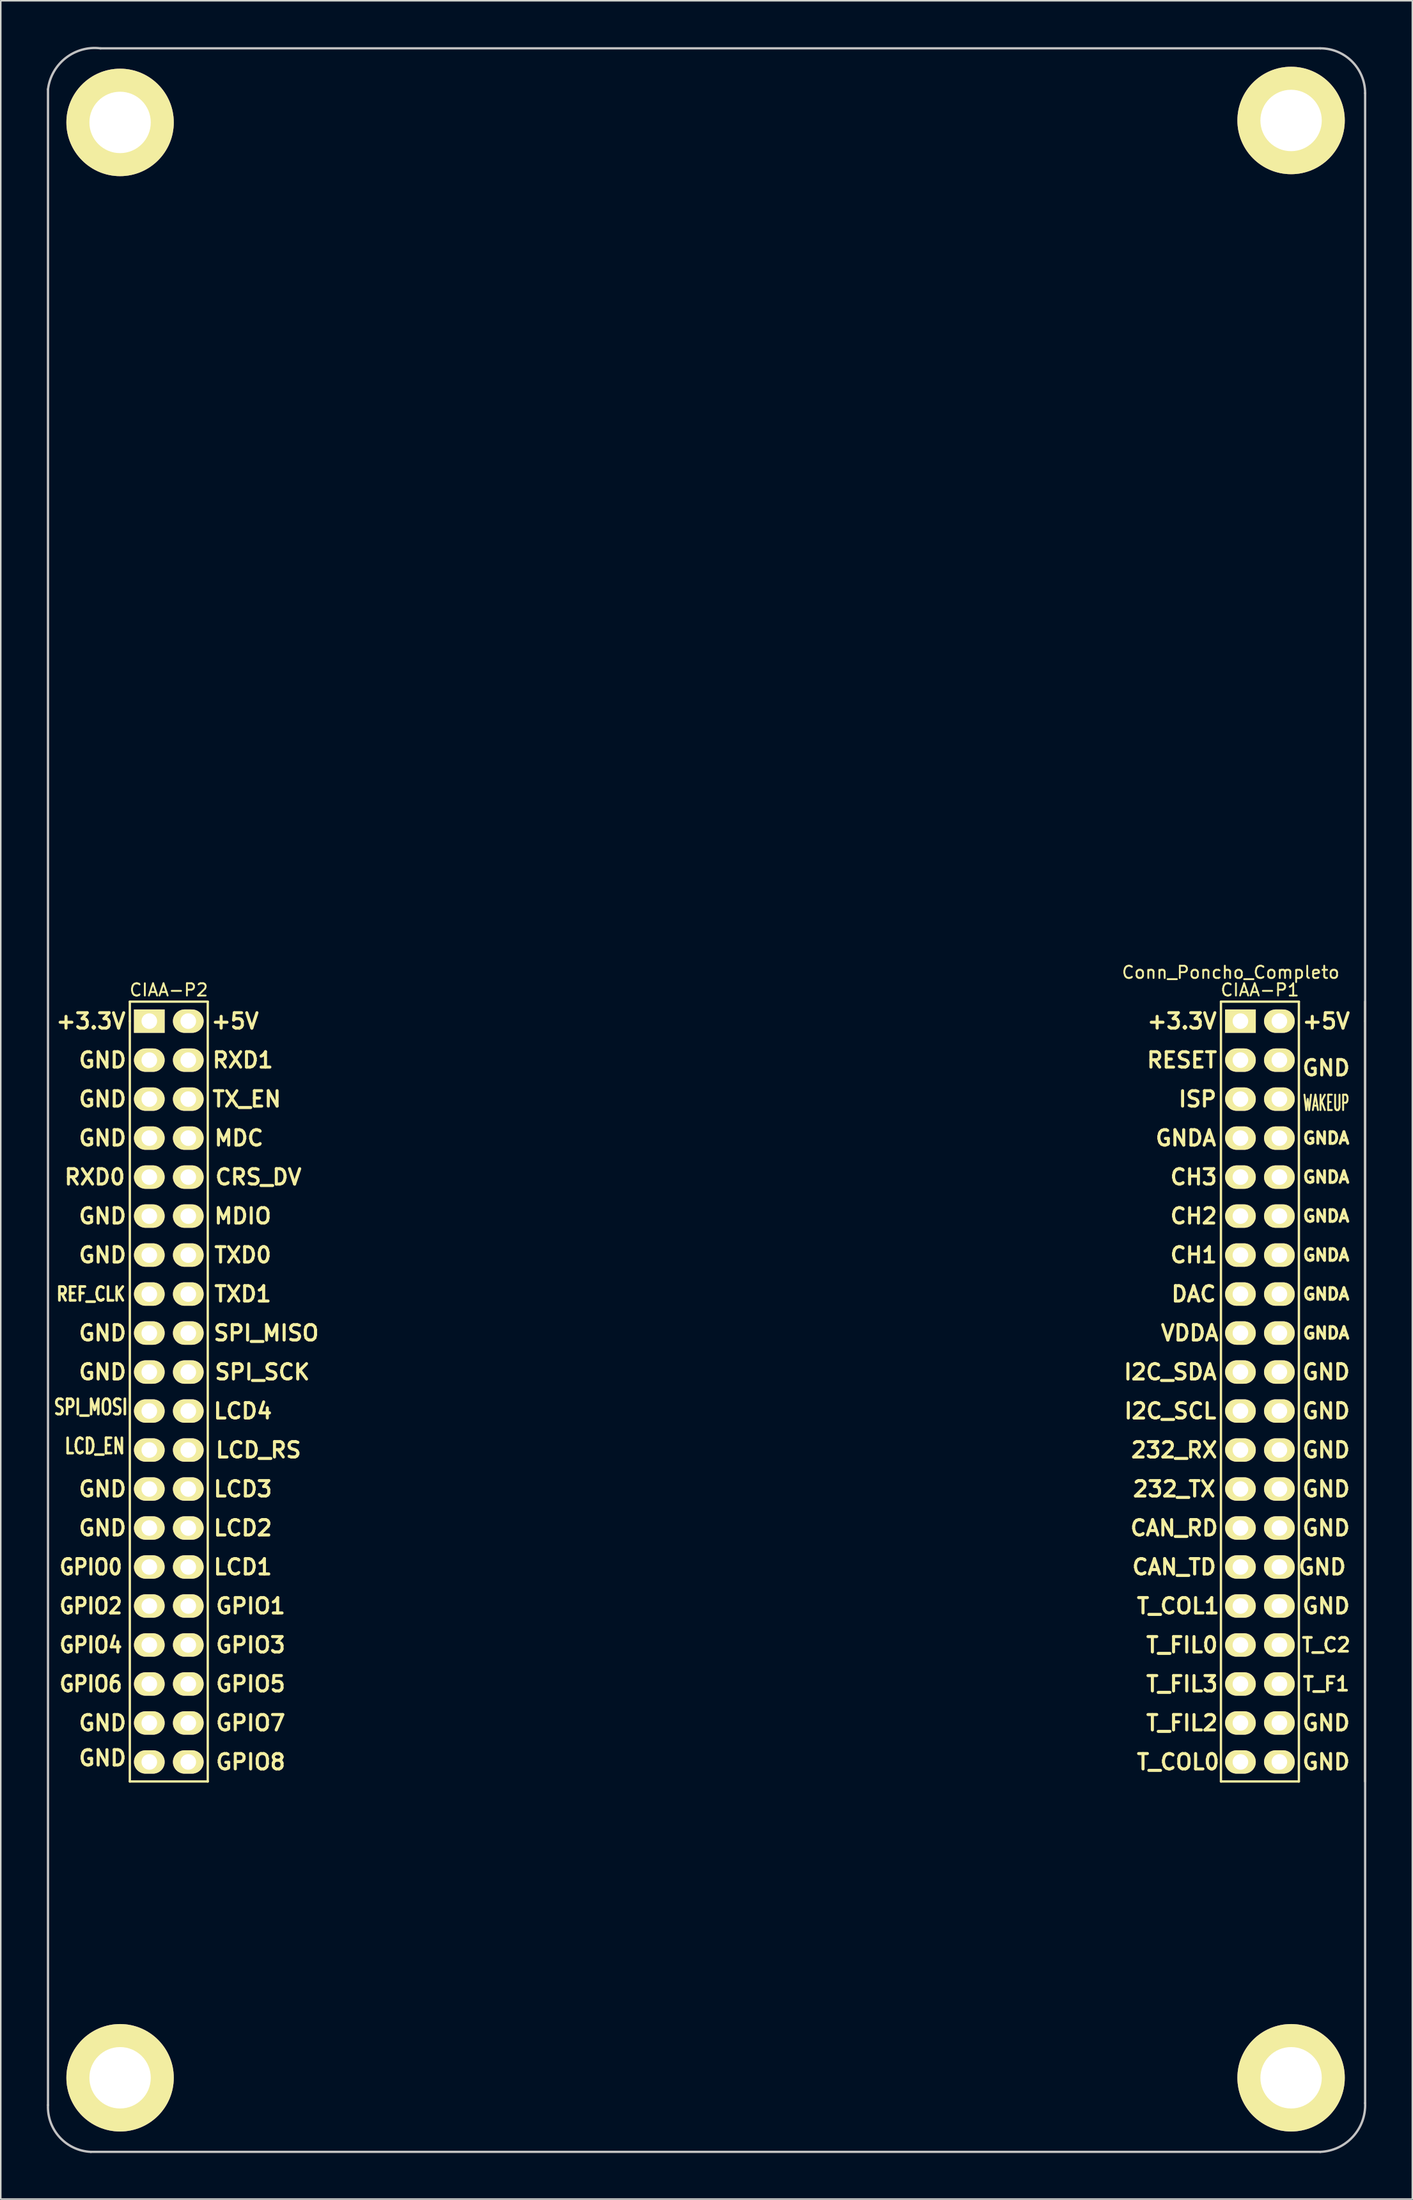
<source format=kicad_pcb>
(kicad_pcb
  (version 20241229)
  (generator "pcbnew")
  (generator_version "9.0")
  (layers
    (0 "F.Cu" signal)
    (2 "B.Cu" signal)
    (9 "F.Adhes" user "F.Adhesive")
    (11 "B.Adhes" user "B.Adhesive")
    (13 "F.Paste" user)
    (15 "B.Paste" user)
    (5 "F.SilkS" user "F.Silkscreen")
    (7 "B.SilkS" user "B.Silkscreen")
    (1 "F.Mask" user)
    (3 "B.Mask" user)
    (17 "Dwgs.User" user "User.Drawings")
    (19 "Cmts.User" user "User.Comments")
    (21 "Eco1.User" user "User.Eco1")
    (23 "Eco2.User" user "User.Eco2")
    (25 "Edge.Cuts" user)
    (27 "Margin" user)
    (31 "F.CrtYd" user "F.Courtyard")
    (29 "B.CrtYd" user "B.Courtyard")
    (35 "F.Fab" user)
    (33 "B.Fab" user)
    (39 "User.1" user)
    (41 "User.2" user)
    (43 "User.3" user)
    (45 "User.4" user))
  (footprint "Conn_Poncho_Completo"
    (layer "F.Cu")
    (at 77.802 63.472)
    (property "Reference" "Conn_Poncho_Completo" (at -0.635 -3.175 0) (layer "F.SilkS") (effects (font (size 0.8 0.8) (thickness 0.12))))
    (attr through_hole)
    (fp_line (start -72.39 -1.27) (end -67.31 -1.27) (stroke (width 0.15) (type solid)) (layer "F.SilkS"))
    (fp_line (start -72.39 0) (end -72.39 -1.27) (stroke (width 0.15) (type solid)) (layer "F.SilkS"))
    (fp_line (start -72.39 49.53) (end -72.39 0) (stroke (width 0.15) (type solid)) (layer "F.SilkS"))
    (fp_line (start -67.31 -1.27) (end -67.31 49.53) (stroke (width 0.15) (type solid)) (layer "F.SilkS"))
    (fp_line (start -67.31 49.53) (end -72.39 49.53) (stroke (width 0.15) (type solid)) (layer "F.SilkS"))
    (fp_line (start -1.27 49.53) (end -1.27 -1.27) (stroke (width 0.15) (type solid)) (layer "F.SilkS"))
    (fp_line (start 3.81 -1.27) (end -1.27 -1.27) (stroke (width 0.15) (type solid)) (layer "F.SilkS"))
    (fp_line (start 3.81 49.53) (end -1.27 49.53) (stroke (width 0.15) (type solid)) (layer "F.SilkS"))
    (fp_line (start 3.81 49.53) (end 3.81 -1.27) (stroke (width 0.15) (type solid)) (layer "F.SilkS"))
    (fp_line (start 8.128 0) (end 8.128 -1.27) (stroke (width 0.15) (type solid)) (layer "F.SilkS"))
    (fp_line (start 8.128 0) (end 8.128 49.53) (stroke (width 0.15) (type solid)) (layer "F.SilkS"))
    (fp_line (start -77.724 70.612) (end -77.724 -60.706) (stroke (width 0.15) (type solid)) (layer "Dwgs.User"))
    (fp_line (start -74.295 -63.373) (end 5.207 -63.373) (stroke (width 0.15) (type solid)) (layer "Dwgs.User"))
    (fp_line (start 5.207 73.66) (end -74.93 73.66) (stroke (width 0.15) (type solid)) (layer "Dwgs.User"))
    (fp_line (start 8.128 -60.452) (end 8.128 70.485) (stroke (width 0.15) (type solid)) (layer "Dwgs.User"))
    (fp_arc (start -77.724 -60.706) (mid -76.561854 -62.749669) (end -74.295 -63.373) (stroke (width 0.15) (type solid)) (layer "Dwgs.User"))
    (fp_arc (start -74.93 73.66) (mid -76.958261 72.714656) (end -77.724 70.612) (stroke (width 0.15) (type solid)) (layer "Dwgs.User"))
    (fp_arc (start 5.207 -63.373) (mid 7.272459 -62.517459) (end 8.128 -60.452) (stroke (width 0.15) (type solid)) (layer "Dwgs.User"))
    (fp_arc (start 8.128 70.485) (mid 7.325064 72.677459) (end 5.207 73.66) (stroke (width 0.15) (type solid)) (layer "Dwgs.User"))
    (fp_text user "CH2" (at -3.048 12.7 0) (layer "F.SilkS") (effects (font (size 1 1) (thickness 0.2))))
    (fp_text user "T_F1" (at 5.588 43.18 0) (layer "F.SilkS") (effects (font (size 0.9 0.9) (thickness 0.18))))
    (fp_text user "+5V" (at -65.532 0 0) (layer "F.SilkS") (effects (font (size 1 1) (thickness 0.2))))
    (fp_text user "LCD1" (at -65.024 35.56 0) (layer "F.SilkS") (effects (font (size 1 1) (thickness 0.2))))
    (fp_text user "GND" (at -74.168 7.62 0) (layer "F.SilkS") (effects (font (size 1 1) (thickness 0.2))))
    (fp_text user "GNDA" (at 5.588 12.7 0) (layer "F.SilkS") (effects (font (size 0.76 0.76) (thickness 0.19))))
    (fp_text user "GPIO0" (at -74.93 35.56 0) (layer "F.SilkS") (effects (font (size 1 0.9) (thickness 0.2))))
    (fp_text user "T_COL1" (at -4.064 38.1 0) (layer "F.SilkS") (effects (font (size 1 1) (thickness 0.2))))
    (fp_text user "232_TX" (at -4.318 30.48 0) (layer "F.SilkS") (effects (font (size 1 1) (thickness 0.2))))
    (fp_text user "T_C2" (at 5.588 40.64 0) (layer "F.SilkS") (effects (font (size 0.9 0.9) (thickness 0.18))))
    (fp_text user "GNDA" (at 5.588 15.24 0) (layer "F.SilkS") (effects (font (size 0.76 0.76) (thickness 0.19))))
    (fp_text user "LCD_EN" (at -74.676 27.686 0) (layer "F.SilkS") (effects (font (size 1 0.7) (thickness 0.17))))
    (fp_text user "GND" (at -74.168 12.7 0) (layer "F.SilkS") (effects (font (size 1 1) (thickness 0.2))))
    (fp_text user "GND" (at 5.588 3.048 0) (layer "F.SilkS") (effects (font (size 1 1) (thickness 0.2))))
    (fp_text user "GND" (at 5.334 35.56 0) (layer "F.SilkS") (effects (font (size 1 1) (thickness 0.2))))
    (fp_text user "GND" (at -74.168 30.48 0) (layer "F.SilkS") (effects (font (size 1 1) (thickness 0.2))))
    (fp_text user "GND" (at 5.588 45.72 0) (layer "F.SilkS") (effects (font (size 1 1) (thickness 0.2))))
    (fp_text user "RESET" (at -3.81 2.54 0) (layer "F.SilkS") (effects (font (size 1 1) (thickness 0.2))))
    (fp_text user "CIAA-P1" (at 1.27 -2.032 0) (layer "F.SilkS") (effects (font (size 0.8 0.8) (thickness 0.12))))
    (fp_text user "TX_EN" (at -64.77 5.08 0) (layer "F.SilkS") (effects (font (size 1 1) (thickness 0.2))))
    (fp_text user "GND" (at 5.588 30.48 0) (layer "F.SilkS") (effects (font (size 1 1) (thickness 0.2))))
    (fp_text user "+5V" (at 5.588 0 0) (layer "F.SilkS") (effects (font (size 1 1) (thickness 0.2))))
    (fp_text user "SPI_MISO" (at -63.5 20.32 0) (layer "F.SilkS") (effects (font (size 1 1) (thickness 0.2))))
    (fp_text user "T_FIL2" (at -3.81 45.72 0) (layer "F.SilkS") (effects (font (size 1 1) (thickness 0.2))))
    (fp_text user "GNDA" (at 5.588 10.16 0) (layer "F.SilkS") (effects (font (size 0.76 0.76) (thickness 0.19))))
    (fp_text user "GND" (at -74.168 22.86 0) (layer "F.SilkS") (effects (font (size 1 1) (thickness 0.2))))
    (fp_text user "LCD2" (at -65.024 33.02 0) (layer "F.SilkS") (effects (font (size 1 1) (thickness 0.2))))
    (fp_text user "GNDA" (at -3.556 7.62 0) (layer "F.SilkS") (effects (font (size 1 1) (thickness 0.2))))
    (fp_text user "GPIO5" (at -64.516 43.18 0) (layer "F.SilkS") (effects (font (size 1 1) (thickness 0.2))))
    (fp_text user "LCD3" (at -65.024 30.48 0) (layer "F.SilkS") (effects (font (size 1 1) (thickness 0.2))))
    (fp_text user "GND" (at -74.168 45.72 0) (layer "F.SilkS") (effects (font (size 1 1) (thickness 0.2))))
    (fp_text user "REF_CLK" (at -74.93 17.78 0) (layer "F.SilkS") (effects (font (size 0.9 0.7) (thickness 0.175))))
    (fp_text user "RXD1" (at -65.024 2.54 0) (layer "F.SilkS") (effects (font (size 1 1) (thickness 0.2))))
    (fp_text user "GND" (at -74.168 2.54 0) (layer "F.SilkS") (effects (font (size 1 1) (thickness 0.2))))
    (fp_text user "TXD0" (at -65.024 15.24 0) (layer "F.SilkS") (effects (font (size 1 1) (thickness 0.2))))
    (fp_text user "RXD0" (at -74.676 10.16 0) (layer "F.SilkS") (effects (font (size 1 1) (thickness 0.2))))
    (fp_text user "MDC" (at -65.278 7.62 0) (layer "F.SilkS") (effects (font (size 1 1) (thickness 0.2))))
    (fp_text user "WAKEUP" (at 5.588 5.334 0) (layer "F.SilkS") (effects (font (size 1 0.5) (thickness 0.125))))
    (fp_text user "GND" (at -74.168 20.32 0) (layer "F.SilkS") (effects (font (size 1 1) (thickness 0.2))))
    (fp_text user "GND" (at 5.588 27.94 0) (layer "F.SilkS") (effects (font (size 1 1) (thickness 0.2))))
    (fp_text user "T_COL0" (at -4.064 48.26 0) (layer "F.SilkS") (effects (font (size 1 1) (thickness 0.2))))
    (fp_text user "DAC" (at -3.048 17.78 0) (layer "F.SilkS") (effects (font (size 1 1) (thickness 0.2))))
    (fp_text user "I2C_SDA" (at -4.572 22.86 0) (layer "F.SilkS") (effects (font (size 1 1) (thickness 0.2))))
    (fp_text user "LCD_RS" (at -64.008 27.94 0) (layer "F.SilkS") (effects (font (size 1 1) (thickness 0.2))))
    (fp_text user "CH3" (at -3.048 10.16 0) (layer "F.SilkS") (effects (font (size 1 1) (thickness 0.2))))
    (fp_text user "GND" (at 5.588 38.1 0) (layer "F.SilkS") (effects (font (size 1 1) (thickness 0.2))))
    (fp_text user "CRS_DV" (at -64.008 10.16 0) (layer "F.SilkS") (effects (font (size 1 1) (thickness 0.2))))
    (fp_text user "VDDA" (at -3.302 20.32 0) (layer "F.SilkS") (effects (font (size 1 1) (thickness 0.2))))
    (fp_text user "GPIO3" (at -64.516 40.64 0) (layer "F.SilkS") (effects (font (size 1 1) (thickness 0.2))))
    (fp_text user "CAN_RD" (at -4.318 33.02 0) (layer "F.SilkS") (effects (font (size 1 1) (thickness 0.2))))
    (fp_text user "SPI_SCK" (at -63.754 22.86 0) (layer "F.SilkS") (effects (font (size 1 1) (thickness 0.2))))
    (fp_text user "GND" (at 5.588 33.02 0) (layer "F.SilkS") (effects (font (size 1 1) (thickness 0.2))))
    (fp_text user "+3.3V" (at -3.81 0 0) (layer "F.SilkS") (effects (font (size 1 1) (thickness 0.2))))
    (fp_text user "GPIO7" (at -64.516 45.72 0) (layer "F.SilkS") (effects (font (size 1 1) (thickness 0.2))))
    (fp_text user "ISP" (at -2.794 5.08 0) (layer "F.SilkS") (effects (font (size 1 1) (thickness 0.2))))
    (fp_text user "GND" (at 5.588 48.26 0) (layer "F.SilkS") (effects (font (size 1 1) (thickness 0.2))))
    (fp_text user "GND" (at -74.168 33.02 0) (layer "F.SilkS") (effects (font (size 1 1) (thickness 0.2))))
    (fp_text user "GPIO2" (at -74.93 38.1 0) (layer "F.SilkS") (effects (font (size 1 0.9) (thickness 0.2))))
    (fp_text user "MDIO" (at -65.024 12.7 0) (layer "F.SilkS") (effects (font (size 1 1) (thickness 0.2))))
    (fp_text user "CH1" (at -3.048 15.24 0) (layer "F.SilkS") (effects (font (size 1 1) (thickness 0.2))))
    (fp_text user "232_RX" (at -4.318 27.94 0) (layer "F.SilkS") (effects (font (size 1 1) (thickness 0.2))))
    (fp_text user "GPIO8" (at -64.516 48.26 0) (layer "F.SilkS") (effects (font (size 1 1) (thickness 0.2))))
    (fp_text user "GPIO4" (at -74.93 40.64 0) (layer "F.SilkS") (effects (font (size 1 0.9) (thickness 0.2))))
    (fp_text user "GNDA" (at 5.588 7.62 0) (layer "F.SilkS") (effects (font (size 0.76 0.76) (thickness 0.19))))
    (fp_text user "GND" (at -74.168 5.08 0) (layer "F.SilkS") (effects (font (size 1 1) (thickness 0.2))))
    (fp_text user "GNDA" (at 5.588 17.78 0) (layer "F.SilkS") (effects (font (size 0.76 0.76) (thickness 0.19))))
    (fp_text user "GPIO6" (at -74.93 43.18 0) (layer "F.SilkS") (effects (font (size 1 0.9) (thickness 0.2))))
    (fp_text user "T_FIL0" (at -3.81 40.64 0) (layer "F.SilkS") (effects (font (size 1 1) (thickness 0.2))))
    (fp_text user "+3.3V" (at -74.93 0 0) (layer "F.SilkS") (effects (font (size 1 1) (thickness 0.2))))
    (fp_text user "GND" (at -74.168 15.24 0) (layer "F.SilkS") (effects (font (size 1 1) (thickness 0.2))))
    (fp_text user "T_FIL3" (at -3.81 43.18 0) (layer "F.SilkS") (effects (font (size 1 1) (thickness 0.2))))
    (fp_text user "SPI_MOSI" (at -74.93 25.146 0) (layer "F.SilkS") (effects (font (size 1 0.7) (thickness 0.17))))
    (fp_text user "GND" (at 5.588 22.86 0) (layer "F.SilkS") (effects (font (size 1 1) (thickness 0.2))))
    (fp_text user "I2C_SCL" (at -4.572 25.4 0) (layer "F.SilkS") (effects (font (size 1 1) (thickness 0.2))))
    (fp_text user "GND" (at 5.588 25.4 0) (layer "F.SilkS") (effects (font (size 1 1) (thickness 0.2))))
    (fp_text user "GND" (at -74.168 48.006 0) (layer "F.SilkS") (effects (font (size 1 1) (thickness 0.2))))
    (fp_text user "TXD1" (at -65.024 17.78 0) (layer "F.SilkS") (effects (font (size 1 1) (thickness 0.2))))
    (fp_text user "GNDA" (at 5.588 20.32 0) (layer "F.SilkS") (effects (font (size 0.76 0.76) (thickness 0.19))))
    (fp_text user "CAN_TD" (at -4.318 35.56 0) (layer "F.SilkS") (effects (font (size 1 1) (thickness 0.2))))
    (fp_text user "LCD4" (at -65.024 25.4 0) (layer "F.SilkS") (effects (font (size 1 1) (thickness 0.2))))
    (fp_text user "GPIO1" (at -64.516 38.1 0) (layer "F.SilkS") (effects (font (size 1 1) (thickness 0.2))))
    (fp_text user "CIAA-P2" (at -69.85 -2.032 0) (layer "F.SilkS") (effects (font (size 0.8 0.8) (thickness 0.12))))
    (pad "1" thru_hole rect (at 0 0 270) (size 1.524 2) (drill 1.016) (layers "*.Cu" "*.Mask" "F.SilkS"))
    (pad "2" thru_hole oval (at 2.54 0 270) (size 1.524 2) (drill 1.016) (layers "*.Cu" "*.Mask" "F.SilkS"))
    (pad "3" thru_hole oval (at 0 2.54 270) (size 1.524 2) (drill 1.016) (layers "*.Cu" "*.Mask" "F.SilkS"))
    (pad "4" thru_hole oval (at 2.54 2.54 270) (size 1.524 2) (drill 1.016) (layers "*.Cu" "*.Mask" "F.SilkS"))
    (pad "5" thru_hole oval (at 0 5.08 270) (size 1.524 2) (drill 1.016) (layers "*.Cu" "*.Mask" "F.SilkS"))
    (pad "6" thru_hole oval (at 2.54 5.08 270) (size 1.524 2) (drill 1.016) (layers "*.Cu" "*.Mask" "F.SilkS"))
    (pad "7" thru_hole oval (at 0 7.62 270) (size 1.524 2) (drill 1.016) (layers "*.Cu" "*.Mask" "F.SilkS"))
    (pad "8" thru_hole oval (at 2.54 7.62 270) (size 1.524 2) (drill 1.016) (layers "*.Cu" "*.Mask" "F.SilkS"))
    (pad "9" thru_hole oval (at 0 10.16 270) (size 1.524 2) (drill 1.016) (layers "*.Cu" "*.Mask" "F.SilkS"))
    (pad "10" thru_hole oval (at 2.54 10.16 270) (size 1.524 2) (drill 1.016) (layers "*.Cu" "*.Mask" "F.SilkS"))
    (pad "11" thru_hole oval (at 0 12.7 270) (size 1.524 2) (drill 1.016) (layers "*.Cu" "*.Mask" "F.SilkS"))
    (pad "12" thru_hole oval (at 2.54 12.7 270) (size 1.524 2) (drill 1.016) (layers "*.Cu" "*.Mask" "F.SilkS"))
    (pad "13" thru_hole oval (at 0 15.24 270) (size 1.524 2) (drill 1.016) (layers "*.Cu" "*.Mask" "F.SilkS"))
    (pad "14" thru_hole oval (at 2.54 15.24 270) (size 1.524 2) (drill 1.016) (layers "*.Cu" "*.Mask" "F.SilkS"))
    (pad "15" thru_hole oval (at 0 17.78 270) (size 1.524 2) (drill 1.016) (layers "*.Cu" "*.Mask" "F.SilkS"))
    (pad "16" thru_hole oval (at 2.54 17.78 270) (size 1.524 2) (drill 1.016) (layers "*.Cu" "*.Mask" "F.SilkS"))
    (pad "17" thru_hole oval (at 0 20.32 270) (size 1.524 2) (drill 1.016) (layers "*.Cu" "*.Mask" "F.SilkS"))
    (pad "18" thru_hole oval (at 2.54 20.32 270) (size 1.524 2) (drill 1.016) (layers "*.Cu" "*.Mask" "F.SilkS"))
    (pad "19" thru_hole oval (at 0 22.86 270) (size 1.524 2) (drill 1.016) (layers "*.Cu" "*.Mask" "F.SilkS"))
    (pad "20" thru_hole oval (at 2.54 22.86 270) (size 1.524 2) (drill 1.016) (layers "*.Cu" "*.Mask" "F.SilkS"))
    (pad "21" thru_hole oval (at 0 25.4 270) (size 1.524 2) (drill 1.016) (layers "*.Cu" "*.Mask" "F.SilkS"))
    (pad "22" thru_hole oval (at 2.54 25.4 270) (size 1.524 2) (drill 1.016) (layers "*.Cu" "*.Mask" "F.SilkS"))
    (pad "23" thru_hole oval (at 0 27.94 270) (size 1.524 2) (drill 1.016) (layers "*.Cu" "*.Mask" "F.SilkS"))
    (pad "24" thru_hole oval (at 2.54 27.94 270) (size 1.524 2) (drill 1.016) (layers "*.Cu" "*.Mask" "F.SilkS"))
    (pad "25" thru_hole oval (at 0 30.48 270) (size 1.524 2) (drill 1.016) (layers "*.Cu" "*.Mask" "F.SilkS"))
    (pad "26" thru_hole oval (at 2.54 30.48 270) (size 1.524 2) (drill 1.016) (layers "*.Cu" "*.Mask" "F.SilkS"))
    (pad "27" thru_hole oval (at 0 33.02 270) (size 1.524 2) (drill 1.016) (layers "*.Cu" "*.Mask" "F.SilkS"))
    (pad "28" thru_hole oval (at 2.54 33.02 270) (size 1.524 2) (drill 1.016) (layers "*.Cu" "*.Mask" "F.SilkS"))
    (pad "29" thru_hole oval (at 0 35.56 270) (size 1.524 2) (drill 1.016) (layers "*.Cu" "*.Mask" "F.SilkS"))
    (pad "30" thru_hole oval (at 2.54 35.56 270) (size 1.524 2) (drill 1.016) (layers "*.Cu" "*.Mask" "F.SilkS"))
    (pad "31" thru_hole oval (at 0 38.1 270) (size 1.524 2) (drill 1.016) (layers "*.Cu" "*.Mask" "F.SilkS"))
    (pad "32" thru_hole oval (at 2.54 38.1 270) (size 1.524 2) (drill 1.016) (layers "*.Cu" "*.Mask" "F.SilkS"))
    (pad "33" thru_hole oval (at 0 40.64 270) (size 1.524 2) (drill 1.016) (layers "*.Cu" "*.Mask" "F.SilkS"))
    (pad "34" thru_hole oval (at 2.54 40.64 270) (size 1.524 2) (drill 1.016) (layers "*.Cu" "*.Mask" "F.SilkS"))
    (pad "35" thru_hole oval (at 0 43.18 270) (size 1.524 2) (drill 1.016) (layers "*.Cu" "*.Mask" "F.SilkS"))
    (pad "36" thru_hole oval (at 2.54 43.18 270) (size 1.524 2) (drill 1.016) (layers "*.Cu" "*.Mask" "F.SilkS"))
    (pad "37" thru_hole oval (at 0 45.72 270) (size 1.524 2) (drill 1.016) (layers "*.Cu" "*.Mask" "F.SilkS"))
    (pad "38" thru_hole oval (at 2.54 45.72 270) (size 1.524 2) (drill 1.016) (layers "*.Cu" "*.Mask" "F.SilkS"))
    (pad "39" thru_hole oval (at 0 48.26 270) (size 1.524 2) (drill 1.016) (layers "*.Cu" "*.Mask" "F.SilkS"))
    (pad "40" thru_hole oval (at 2.54 48.26 270) (size 1.524 2) (drill 1.016) (layers "*.Cu" "*.Mask" "F.SilkS"))
    (pad "41" thru_hole rect (at -71.12 0 270) (size 1.524 2) (drill 1.016) (layers "*.Cu" "*.Mask" "F.SilkS"))
    (pad "42" thru_hole oval (at -68.58 0 270) (size 1.524 2) (drill 1.016) (layers "*.Cu" "*.Mask" "F.SilkS"))
    (pad "43" thru_hole oval (at -71.12 2.54 270) (size 1.524 2) (drill 1.016) (layers "*.Cu" "*.Mask" "F.SilkS"))
    (pad "44" thru_hole oval (at -68.58 2.54 270) (size 1.524 2) (drill 1.016) (layers "*.Cu" "*.Mask" "F.SilkS"))
    (pad "45" thru_hole oval (at -71.12 5.08 270) (size 1.524 2) (drill 1.016) (layers "*.Cu" "*.Mask" "F.SilkS"))
    (pad "46" thru_hole oval (at -68.58 5.08 270) (size 1.524 2) (drill 1.016) (layers "*.Cu" "*.Mask" "F.SilkS"))
    (pad "47" thru_hole oval (at -71.12 7.62 270) (size 1.524 2) (drill 1.016) (layers "*.Cu" "*.Mask" "F.SilkS"))
    (pad "48" thru_hole oval (at -68.58 7.62 270) (size 1.524 2) (drill 1.016) (layers "*.Cu" "*.Mask" "F.SilkS"))
    (pad "49" thru_hole oval (at -71.12 10.16 270) (size 1.524 2) (drill 1.016) (layers "*.Cu" "*.Mask" "F.SilkS"))
    (pad "50" thru_hole oval (at -68.58 10.16 270) (size 1.524 2) (drill 1.016) (layers "*.Cu" "*.Mask" "F.SilkS"))
    (pad "51" thru_hole oval (at -71.12 12.7 270) (size 1.524 2) (drill 1.016) (layers "*.Cu" "*.Mask" "F.SilkS"))
    (pad "52" thru_hole oval (at -68.58 12.7 270) (size 1.524 2) (drill 1.016) (layers "*.Cu" "*.Mask" "F.SilkS"))
    (pad "53" thru_hole oval (at -71.12 15.24 270) (size 1.524 2) (drill 1.016) (layers "*.Cu" "*.Mask" "F.SilkS"))
    (pad "54" thru_hole oval (at -68.58 15.24 270) (size 1.524 2) (drill 1.016) (layers "*.Cu" "*.Mask" "F.SilkS"))
    (pad "55" thru_hole oval (at -71.12 17.78 270) (size 1.524 2) (drill 1.016) (layers "*.Cu" "*.Mask" "F.SilkS"))
    (pad "56" thru_hole oval (at -68.58 17.78 270) (size 1.524 2) (drill 1.016) (layers "*.Cu" "*.Mask" "F.SilkS"))
    (pad "57" thru_hole oval (at -71.12 20.32 270) (size 1.524 2) (drill 1.016) (layers "*.Cu" "*.Mask" "F.SilkS"))
    (pad "58" thru_hole oval (at -68.58 20.32 270) (size 1.524 2) (drill 1.016) (layers "*.Cu" "*.Mask" "F.SilkS"))
    (pad "59" thru_hole oval (at -71.12 22.86 270) (size 1.524 2) (drill 1.016) (layers "*.Cu" "*.Mask" "F.SilkS"))
    (pad "60" thru_hole oval (at -68.58 22.86 270) (size 1.524 2) (drill 1.016) (layers "*.Cu" "*.Mask" "F.SilkS"))
    (pad "61" thru_hole oval (at -71.12 25.4 270) (size 1.524 2) (drill 1.016) (layers "*.Cu" "*.Mask" "F.SilkS"))
    (pad "62" thru_hole oval (at -68.58 25.4 270) (size 1.524 2) (drill 1.016) (layers "*.Cu" "*.Mask" "F.SilkS"))
    (pad "63" thru_hole oval (at -71.12 27.94 270) (size 1.524 2) (drill 1.016) (layers "*.Cu" "*.Mask" "F.SilkS"))
    (pad "64" thru_hole oval (at -68.58 27.94 270) (size 1.524 2) (drill 1.016) (layers "*.Cu" "*.Mask" "F.SilkS"))
    (pad "65" thru_hole oval (at -71.12 30.48 270) (size 1.524 2) (drill 1.016) (layers "*.Cu" "*.Mask" "F.SilkS"))
    (pad "66" thru_hole oval (at -68.58 30.48 270) (size 1.524 2) (drill 1.016) (layers "*.Cu" "*.Mask" "F.SilkS"))
    (pad "67" thru_hole oval (at -71.12 33.02 270) (size 1.524 2) (drill 1.016) (layers "*.Cu" "*.Mask" "F.SilkS"))
    (pad "68" thru_hole oval (at -68.58 33.02 270) (size 1.524 2) (drill 1.016) (layers "*.Cu" "*.Mask" "F.SilkS"))
    (pad "69" thru_hole oval (at -71.12 35.56 270) (size 1.524 2) (drill 1.016) (layers "*.Cu" "*.Mask" "F.SilkS"))
    (pad "70" thru_hole oval (at -68.58 35.56 270) (size 1.524 2) (drill 1.016) (layers "*.Cu" "*.Mask" "F.SilkS"))
    (pad "71" thru_hole oval (at -71.12 38.1 270) (size 1.524 2) (drill 1.016) (layers "*.Cu" "*.Mask" "F.SilkS"))
    (pad "72" thru_hole oval (at -68.58 38.1 270) (size 1.524 2) (drill 1.016) (layers "*.Cu" "*.Mask" "F.SilkS"))
    (pad "73" thru_hole oval (at -71.12 40.64 270) (size 1.524 2) (drill 1.016) (layers "*.Cu" "*.Mask" "F.SilkS"))
    (pad "74" thru_hole oval (at -68.58 40.64 270) (size 1.524 2) (drill 1.016) (layers "*.Cu" "*.Mask" "F.SilkS"))
    (pad "75" thru_hole oval (at -71.12 43.18 270) (size 1.524 2) (drill 1.016) (layers "*.Cu" "*.Mask" "F.SilkS"))
    (pad "76" thru_hole oval (at -68.58 43.18 270) (size 1.524 2) (drill 1.016) (layers "*.Cu" "*.Mask" "F.SilkS"))
    (pad "77" thru_hole oval (at -71.12 45.72 270) (size 1.524 2) (drill 1.016) (layers "*.Cu" "*.Mask" "F.SilkS"))
    (pad "78" thru_hole oval (at -68.58 45.72 270) (size 1.524 2) (drill 1.016) (layers "*.Cu" "*.Mask" "F.SilkS"))
    (pad "79" thru_hole oval (at -71.12 48.26 270) (size 1.524 2) (drill 1.016) (layers "*.Cu" "*.Mask" "F.SilkS"))
    (pad "80" thru_hole oval (at -68.58 48.26 270) (size 1.524 2) (drill 1.016) (layers "*.Cu" "*.Mask" "F.SilkS"))
    (pad "~" thru_hole circle (at -73.025 -58.547) (size 7 7) (drill 4) (layers "*.Cu" "*.Mask" "F.SilkS"))
    (pad "~" thru_hole circle (at -73.025 68.834) (size 7 7) (drill 4) (layers "*.Cu" "*.Mask" "F.SilkS"))
    (pad "~" thru_hole circle (at 3.302 -58.674) (size 7 7) (drill 4) (layers "*.Cu" "*.Mask" "F.SilkS"))
    (pad "~" thru_hole circle (at 3.302 68.834) (size 7 7) (drill 4) (layers "*.Cu" "*.Mask" "F.SilkS")))
  (gr_rect
    (start -3 -3)
    (end 89.007 140.207)
    (stroke (width 0.1) (type default))
    (fill no)
    (layer "Edge.Cuts")))
</source>
